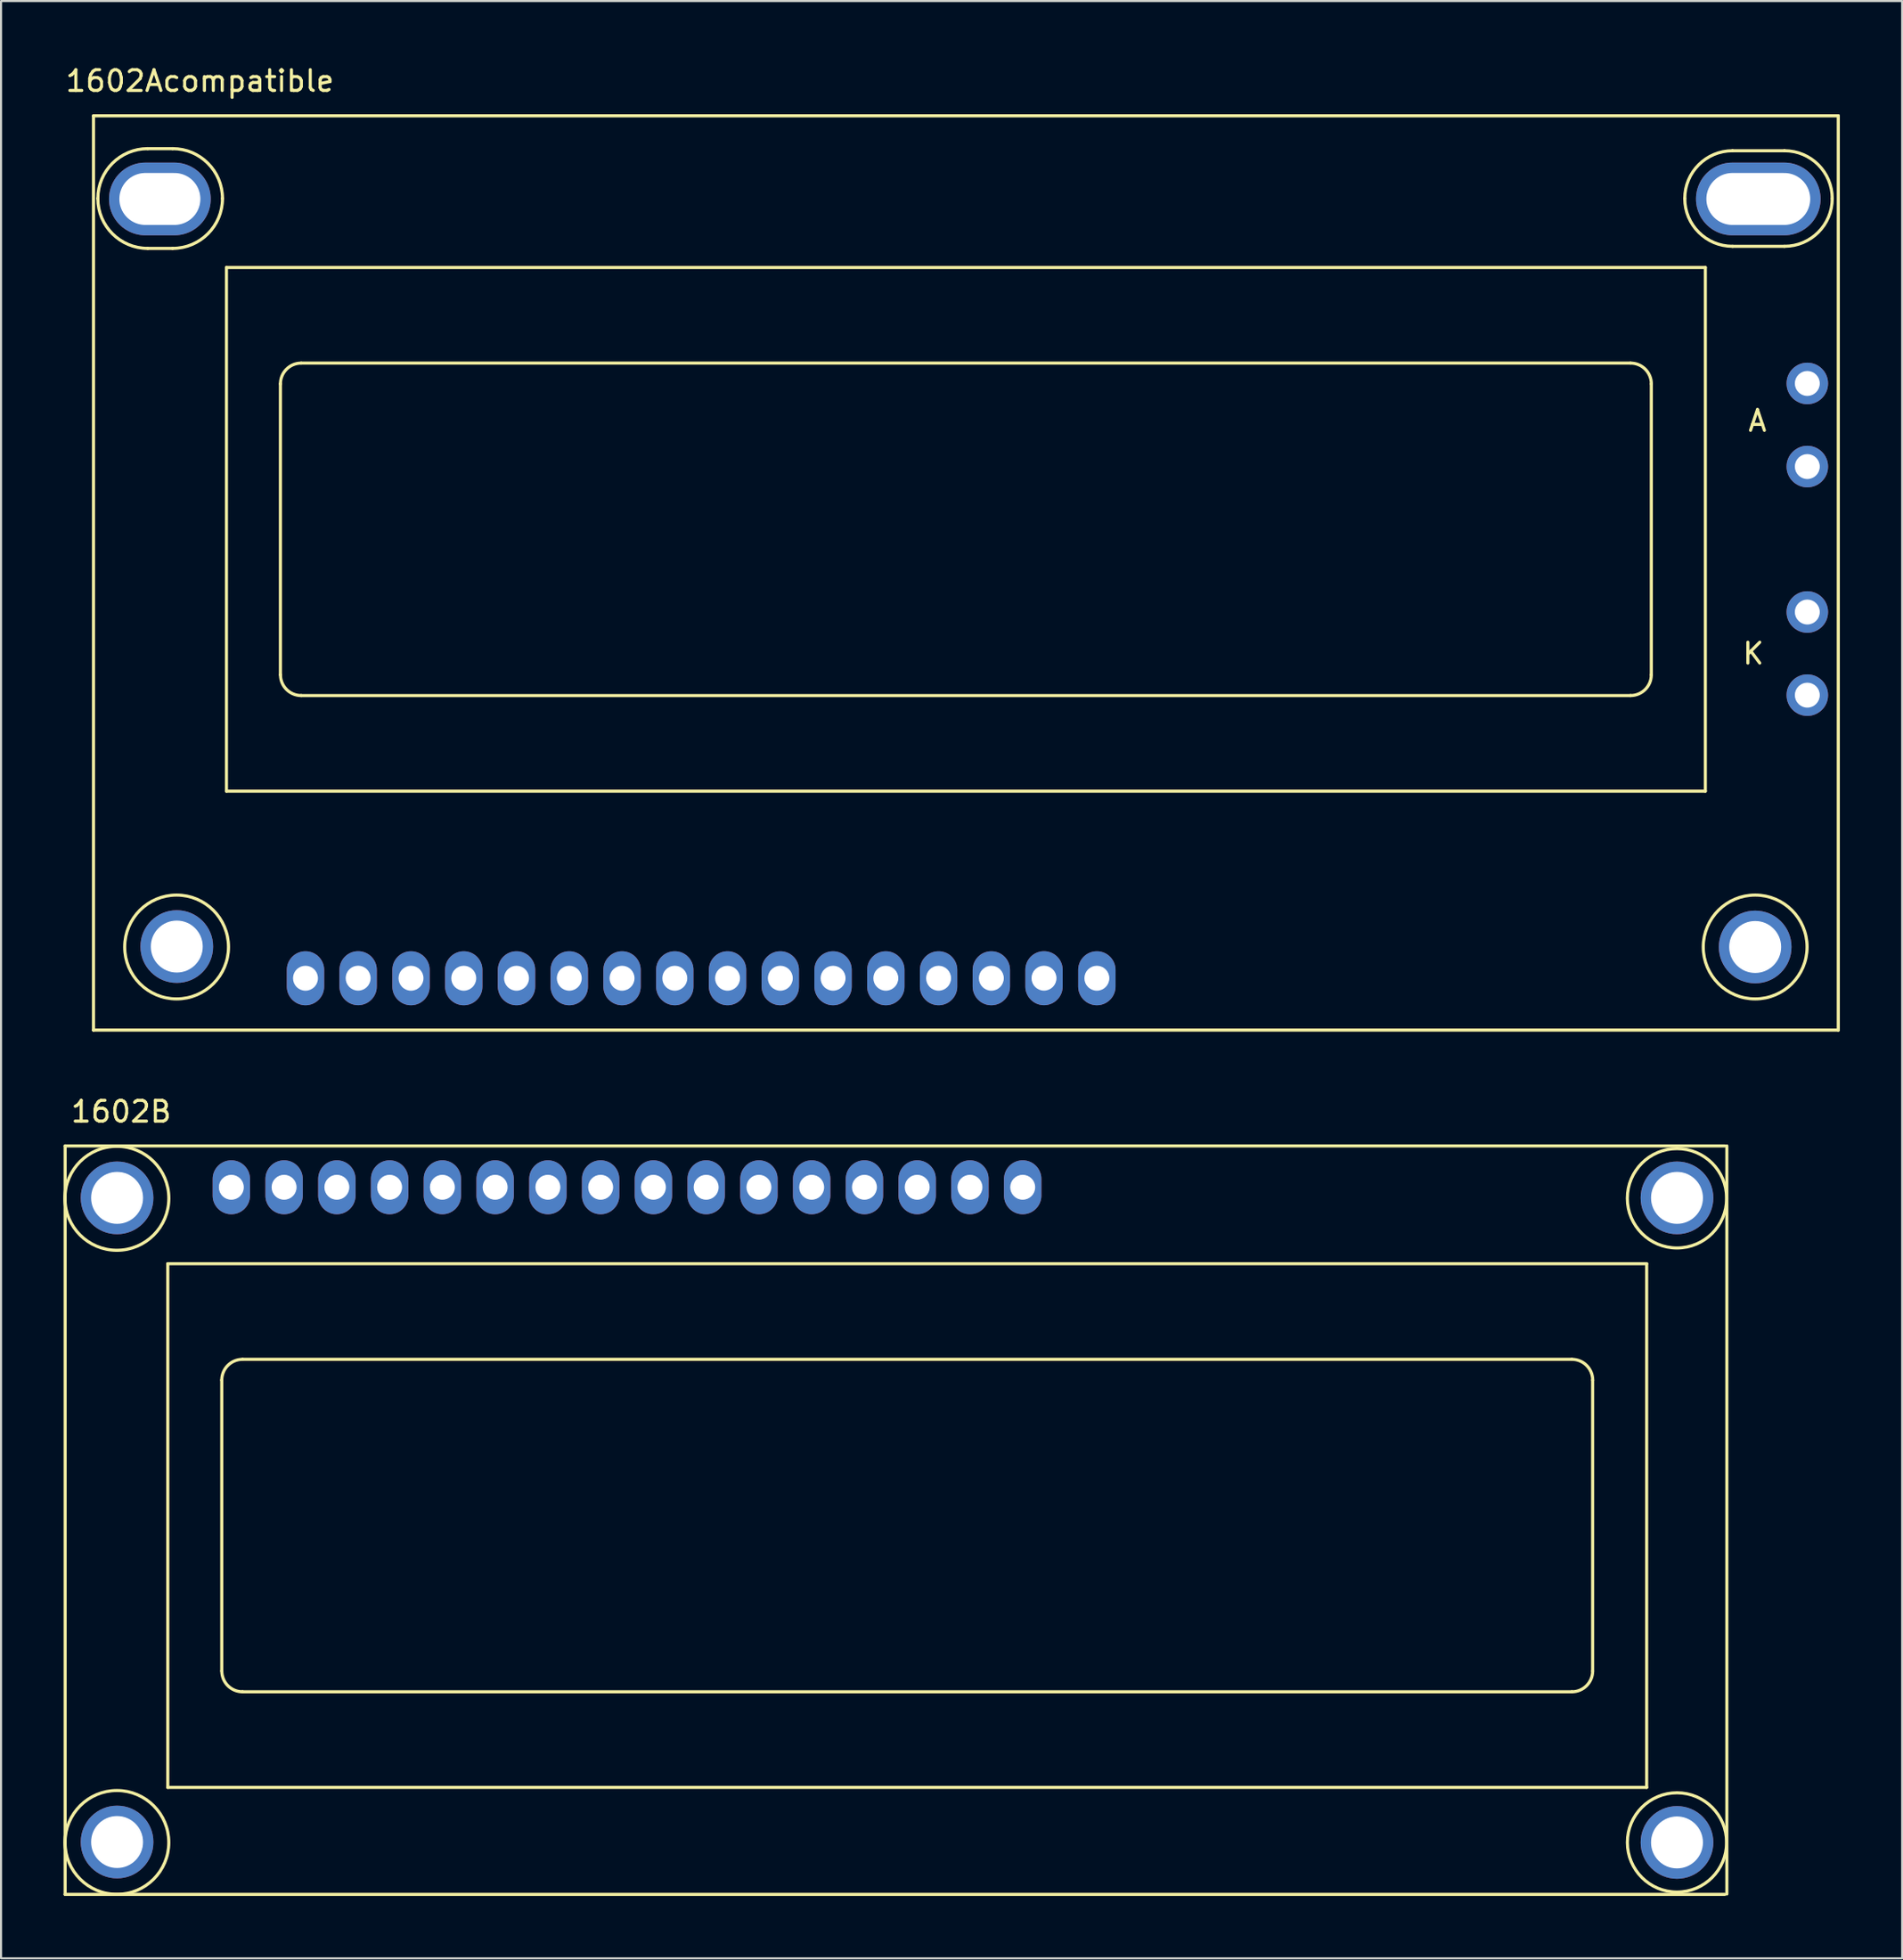
<source format=kicad_pcb>
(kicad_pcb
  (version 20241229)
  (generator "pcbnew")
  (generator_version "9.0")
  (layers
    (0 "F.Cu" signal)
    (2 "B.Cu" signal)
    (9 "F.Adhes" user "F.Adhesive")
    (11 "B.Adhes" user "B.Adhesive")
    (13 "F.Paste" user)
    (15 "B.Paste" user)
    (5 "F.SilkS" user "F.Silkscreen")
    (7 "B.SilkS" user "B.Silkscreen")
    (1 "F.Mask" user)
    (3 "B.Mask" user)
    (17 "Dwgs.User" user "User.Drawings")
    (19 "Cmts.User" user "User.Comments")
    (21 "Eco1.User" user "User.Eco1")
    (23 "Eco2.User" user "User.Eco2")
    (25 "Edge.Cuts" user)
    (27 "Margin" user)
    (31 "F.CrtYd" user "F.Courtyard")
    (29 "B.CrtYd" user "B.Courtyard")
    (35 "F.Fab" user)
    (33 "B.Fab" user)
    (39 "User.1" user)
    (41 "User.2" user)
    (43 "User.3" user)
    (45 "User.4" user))
  (footprint "1602B"
    (layer "F.Cu")
    (at 2.587 85.598)
    (property "Reference" "1602B" (at 0.2 -35.15 0) (layer "F.SilkS") (effects (font (size 1 1) (thickness 0.15))))
    (attr through_hole)
    (fp_line (start -2.5 -33.5) (end -2.5 2.52) (stroke (width 0.15) (type solid)) (layer "F.SilkS"))
    (fp_line (start 2.441 -27.83) (end 73.64 -27.83) (stroke (width 0.15) (type solid)) (layer "F.SilkS"))
    (fp_line (start 2.441 -2.63) (end 2.441 -27.83) (stroke (width 0.15) (type solid)) (layer "F.SilkS"))
    (fp_line (start 5.04 -8.228) (end 5.04 -22.229) (stroke (width 0.15) (type solid)) (layer "F.SilkS"))
    (fp_line (start 6.04 -23.23) (end 70.041 -23.23) (stroke (width 0.15) (type solid)) (layer "F.SilkS"))
    (fp_line (start 70.041 -7.23) (end 6.04 -7.23) (stroke (width 0.15) (type solid)) (layer "F.SilkS"))
    (fp_line (start 71.039 -22.229) (end 71.039 -8.228) (stroke (width 0.15) (type solid)) (layer "F.SilkS"))
    (fp_line (start 73.64 -27.83) (end 73.64 -2.63) (stroke (width 0.15) (type solid)) (layer "F.SilkS"))
    (fp_line (start 73.64 -2.63) (end 2.441 -2.63) (stroke (width 0.15) (type solid)) (layer "F.SilkS"))
    (fp_line (start 77.4 -33.5) (end -2.5 -33.5) (stroke (width 0.15) (type solid)) (layer "F.SilkS"))
    (fp_line (start 77.4 2.521) (end -2.5 2.521) (stroke (width 0.15) (type solid)) (layer "F.SilkS"))
    (fp_line (start 77.5 -33.5) (end 77.5 2.5) (stroke (width 0.15) (type solid)) (layer "F.SilkS"))
    (fp_arc (start 5.0395 -22.22894) (mid 5.332616 -22.936584) (end 6.04026 -23.2297) (stroke (width 0.15) (type solid)) (layer "F.SilkS"))
    (fp_arc (start 6.04026 -7.23024) (mid 5.334412 -7.522612) (end 5.04204 -8.22846) (stroke (width 0.15) (type solid)) (layer "F.SilkS"))
    (fp_arc (start 70.04064 -23.2297) (mid 70.748284 -22.936584) (end 71.0414 -22.22894) (stroke (width 0.15) (type solid)) (layer "F.SilkS"))
    (fp_arc (start 71.03886 -8.22846) (mid 70.746488 -7.522612) (end 70.04064 -7.23024) (stroke (width 0.15) (type solid)) (layer "F.SilkS"))
    (fp_circle (center -0.01 -30.979) (end 2.492 -30.979) (stroke (width 0.15) (type solid)) (fill no) (layer "F.SilkS"))
    (fp_circle (center -0.009 0.02) (end 2.49 0.02) (stroke (width 0.15) (type solid)) (fill no) (layer "F.SilkS"))
    (fp_circle (center 75.1 -30.979) (end 77.491 -30.979) (stroke (width 0.15) (type solid)) (fill no) (layer "F.SilkS"))
    (fp_circle (center 75.1 0.02) (end 77.489 0.02) (stroke (width 0.15) (type solid)) (fill no) (layer "F.SilkS"))
    (pad "0" thru_hole circle (at 0 -31) (size 3.5 3.5) (drill 2.5) (layers "*.Cu" "*.Mask"))
    (pad "0" thru_hole circle (at 0 0) (size 3.5 3.5) (drill 2.5) (layers "*.Cu" "*.Mask"))
    (pad "0" thru_hole circle (at 75.1 -31) (size 3.5 3.5) (drill 2.5) (layers "*.Cu" "*.Mask"))
    (pad "0" thru_hole circle (at 75.1 0.02) (size 3.5 3.5) (drill 2.5) (layers "*.Cu" "*.Mask"))
    (pad "1" thru_hole oval (at 5.5 -31.51 180) (size 1.8 2.6) (drill 1.2) (layers "*.Cu" "*.Mask"))
    (pad "2" thru_hole oval (at 8.04 -31.51 180) (size 1.8 2.6) (drill 1.2) (layers "*.Cu" "*.Mask"))
    (pad "3" thru_hole oval (at 10.58 -31.51 180) (size 1.8 2.6) (drill 1.2) (layers "*.Cu" "*.Mask"))
    (pad "4" thru_hole oval (at 13.12 -31.51 180) (size 1.8 2.6) (drill 1.2) (layers "*.Cu" "*.Mask"))
    (pad "5" thru_hole oval (at 15.66 -31.51 180) (size 1.8 2.6) (drill 1.2) (layers "*.Cu" "*.Mask"))
    (pad "6" thru_hole oval (at 18.2 -31.51 180) (size 1.8 2.6) (drill 1.2) (layers "*.Cu" "*.Mask"))
    (pad "7" thru_hole oval (at 20.74 -31.51 180) (size 1.8 2.6) (drill 1.2) (layers "*.Cu" "*.Mask"))
    (pad "8" thru_hole oval (at 23.28 -31.51 180) (size 1.8 2.6) (drill 1.2) (layers "*.Cu" "*.Mask"))
    (pad "9" thru_hole oval (at 25.82 -31.51 180) (size 1.8 2.6) (drill 1.2) (layers "*.Cu" "*.Mask"))
    (pad "10" thru_hole oval (at 28.36 -31.51 180) (size 1.8 2.6) (drill 1.2) (layers "*.Cu" "*.Mask"))
    (pad "11" thru_hole oval (at 30.9 -31.51 180) (size 1.8 2.6) (drill 1.2) (layers "*.Cu" "*.Mask"))
    (pad "12" thru_hole oval (at 33.44 -31.51 180) (size 1.8 2.6) (drill 1.2) (layers "*.Cu" "*.Mask"))
    (pad "13" thru_hole oval (at 35.98 -31.51 180) (size 1.8 2.6) (drill 1.2) (layers "*.Cu" "*.Mask"))
    (pad "14" thru_hole oval (at 38.52 -31.51 180) (size 1.8 2.6) (drill 1.2) (layers "*.Cu" "*.Mask"))
    (pad "15" thru_hole oval (at 41.06 -31.51) (size 1.8 2.6) (drill 1.2) (layers "*.Cu" "*.Mask"))
    (pad "16" thru_hole oval (at 43.6 -31.51) (size 1.8 2.6) (drill 1.2) (layers "*.Cu" "*.Mask")))
  (footprint "1602Acompatible"
    (layer "F.Cu")
    (at 5.461 42.504)
    (property "Reference" "1602Acompatible" (at 1.116 -41.656 0) (layer "F.SilkS") (effects (font (size 1 1) (thickness 0.15))))
    (attr through_hole)
    (fp_line (start -4.01 -39.98) (end -4.01 4.021) (stroke (width 0.15) (type solid)) (layer "F.SilkS"))
    (fp_line (start -1.4 -38.4) (end -0.2 -38.4) (stroke (width 0.15) (type solid)) (layer "F.SilkS"))
    (fp_line (start -1.4 -33.6) (end -0.2 -33.6) (stroke (width 0.15) (type solid)) (layer "F.SilkS"))
    (fp_line (start 2.391 -32.68) (end 73.59 -32.68) (stroke (width 0.15) (type solid)) (layer "F.SilkS"))
    (fp_line (start 2.391 -7.48) (end 2.391 -32.68) (stroke (width 0.15) (type solid)) (layer "F.SilkS"))
    (fp_line (start 4.989 -13.078) (end 4.989 -27.079) (stroke (width 0.15) (type solid)) (layer "F.SilkS"))
    (fp_line (start 5.99 -28.08) (end 69.991 -28.08) (stroke (width 0.15) (type solid)) (layer "F.SilkS"))
    (fp_line (start 69.991 -12.08) (end 5.99 -12.08) (stroke (width 0.15) (type solid)) (layer "F.SilkS"))
    (fp_line (start 70.989 -27.079) (end 70.989 -13.078) (stroke (width 0.15) (type solid)) (layer "F.SilkS"))
    (fp_line (start 73.59 -32.68) (end 73.59 -7.48) (stroke (width 0.15) (type solid)) (layer "F.SilkS"))
    (fp_line (start 73.59 -7.48) (end 2.391 -7.48) (stroke (width 0.15) (type solid)) (layer "F.SilkS"))
    (fp_line (start 74.9 -38.3) (end 77.4 -38.3) (stroke (width 0.15) (type solid)) (layer "F.SilkS"))
    (fp_line (start 74.9 -33.7) (end 77.4 -33.7) (stroke (width 0.15) (type solid)) (layer "F.SilkS"))
    (fp_line (start 79.991 -39.98) (end -4.01 -39.98) (stroke (width 0.15) (type solid)) (layer "F.SilkS"))
    (fp_line (start 79.991 -39.98) (end 79.991 4.021) (stroke (width 0.15) (type solid)) (layer "F.SilkS"))
    (fp_line (start 79.991 4.021) (end -4.01 4.021) (stroke (width 0.15) (type solid)) (layer "F.SilkS"))
    (fp_arc (start -3.8 -36) (mid -3.097056 -37.697056) (end -1.4 -38.4) (stroke (width 0.15) (type solid)) (layer "F.SilkS"))
    (fp_arc (start -1.4 -33.6) (mid -3.097056 -34.302944) (end -3.8 -36) (stroke (width 0.15) (type solid)) (layer "F.SilkS"))
    (fp_arc (start -0.2 -38.4) (mid 1.497056 -37.697056) (end 2.2 -36) (stroke (width 0.15) (type solid)) (layer "F.SilkS"))
    (fp_arc (start 2.2 -36) (mid 1.497056 -34.302944) (end -0.2 -33.6) (stroke (width 0.15) (type solid)) (layer "F.SilkS"))
    (fp_arc (start 4.9895 -27.07894) (mid 5.282616 -27.786584) (end 5.99026 -28.0797) (stroke (width 0.15) (type solid)) (layer "F.SilkS"))
    (fp_arc (start 5.99026 -12.08024) (mid 5.284412 -12.372612) (end 4.99204 -13.07846) (stroke (width 0.15) (type solid)) (layer "F.SilkS"))
    (fp_arc (start 69.99064 -28.0797) (mid 70.698284 -27.786584) (end 70.9914 -27.07894) (stroke (width 0.15) (type solid)) (layer "F.SilkS"))
    (fp_arc (start 70.98886 -13.07846) (mid 70.696488 -12.372612) (end 69.99064 -12.08024) (stroke (width 0.15) (type solid)) (layer "F.SilkS"))
    (fp_arc (start 72.6 -36) (mid 73.273654 -37.626346) (end 74.9 -38.3) (stroke (width 0.15) (type solid)) (layer "F.SilkS"))
    (fp_arc (start 74.9 -33.7) (mid 73.273654 -34.373654) (end 72.6 -36) (stroke (width 0.15) (type solid)) (layer "F.SilkS"))
    (fp_arc (start 77.4 -38.3) (mid 79.026346 -37.626346) (end 79.7 -36) (stroke (width 0.15) (type solid)) (layer "F.SilkS"))
    (fp_arc (start 79.7 -36) (mid 79.026346 -34.373654) (end 77.4 -33.7) (stroke (width 0.15) (type solid)) (layer "F.SilkS"))
    (fp_circle (center -0.009 0.02) (end 2.49 0.02) (stroke (width 0.15) (type solid)) (fill no) (layer "F.SilkS"))
    (fp_circle (center 75.99 0.02) (end 78.489 0.02) (stroke (width 0.15) (type solid)) (fill no) (layer "F.SilkS"))
    (fp_text user "A" (at 76.1 -25.3 0) (layer "F.SilkS") (effects (font (size 1 1) (thickness 0.15))))
    (fp_text user "K" (at 75.9 -14.1 0) (layer "F.SilkS") (effects (font (size 1 1) (thickness 0.15))))
    (pad "0" thru_hole oval (at -0.814 -35.979) (size 4.9 3.5) (drill oval 3.9 2.5) (layers "*.Cu" "*.Mask"))
    (pad "0" thru_hole circle (at 0 0) (size 3.5 3.5) (drill 2.5) (layers "*.Cu" "*.Mask"))
    (pad "0" thru_hole circle (at 75.99 0.02) (size 3.5 3.5) (drill 2.5) (layers "*.Cu" "*.Mask"))
    (pad "0" thru_hole oval (at 76.14 -35.979) (size 6 3.5) (drill oval 5 2.5) (layers "*.Cu" "*.Mask"))
    (pad "1" thru_hole oval (at 39.216 1.524) (size 1.8 2.6) (drill 1.2) (layers "*.Cu" "*.Mask"))
    (pad "2" thru_hole oval (at 36.676 1.524) (size 1.8 2.6) (drill 1.2) (layers "*.Cu" "*.Mask"))
    (pad "3" thru_hole oval (at 34.136 1.524) (size 1.8 2.6) (drill 1.2) (layers "*.Cu" "*.Mask"))
    (pad "4" thru_hole oval (at 31.596 1.524) (size 1.8 2.6) (drill 1.2) (layers "*.Cu" "*.Mask"))
    (pad "5" thru_hole oval (at 29.056 1.524) (size 1.8 2.6) (drill 1.2) (layers "*.Cu" "*.Mask"))
    (pad "6" thru_hole oval (at 26.516 1.524) (size 1.8 2.6) (drill 1.2) (layers "*.Cu" "*.Mask"))
    (pad "7" thru_hole oval (at 23.976 1.524) (size 1.8 2.6) (drill 1.2) (layers "*.Cu" "*.Mask"))
    (pad "8" thru_hole oval (at 21.436 1.524) (size 1.8 2.6) (drill 1.2) (layers "*.Cu" "*.Mask"))
    (pad "9" thru_hole oval (at 18.896 1.524) (size 1.8 2.6) (drill 1.2) (layers "*.Cu" "*.Mask"))
    (pad "10" thru_hole oval (at 16.356 1.524) (size 1.8 2.6) (drill 1.2) (layers "*.Cu" "*.Mask"))
    (pad "11" thru_hole oval (at 13.816 1.524) (size 1.8 2.6) (drill 1.2) (layers "*.Cu" "*.Mask"))
    (pad "12" thru_hole oval (at 11.276 1.524) (size 1.8 2.6) (drill 1.2) (layers "*.Cu" "*.Mask"))
    (pad "13" thru_hole oval (at 8.731 1.521) (size 1.8 2.6) (drill 1.2) (layers "*.Cu" "*.Mask"))
    (pad "14" thru_hole oval (at 6.196 1.524) (size 1.8 2.6) (drill 1.2) (layers "*.Cu" "*.Mask"))
    (pad "15" thru_hole oval (at 44.296 1.524) (size 1.8 2.6) (drill 1.2) (layers "*.Cu" "*.Mask"))
    (pad "15" thru_hole oval (at 78.5 -27.1) (size 2 2) (drill 1.2) (layers "*.Cu" "*.Mask"))
    (pad "15" thru_hole oval (at 78.5 -23.1) (size 2 2) (drill 1.2) (layers "*.Cu" "*.Mask"))
    (pad "16" thru_hole oval (at 41.751 1.521) (size 1.8 2.6) (drill 1.2) (layers "*.Cu" "*.Mask"))
    (pad "16" thru_hole oval (at 78.5 -16.1) (size 2 2) (drill 1.2) (layers "*.Cu" "*.Mask"))
    (pad "16" thru_hole oval (at 78.5 -12.1) (size 2 2) (drill 1.2) (layers "*.Cu" "*.Mask")))
  (gr_rect
    (start -3 -3)
    (end 88.527 91.194)
    (stroke (width 0.1) (type default))
    (fill no)
    (layer "Edge.Cuts")))
</source>
